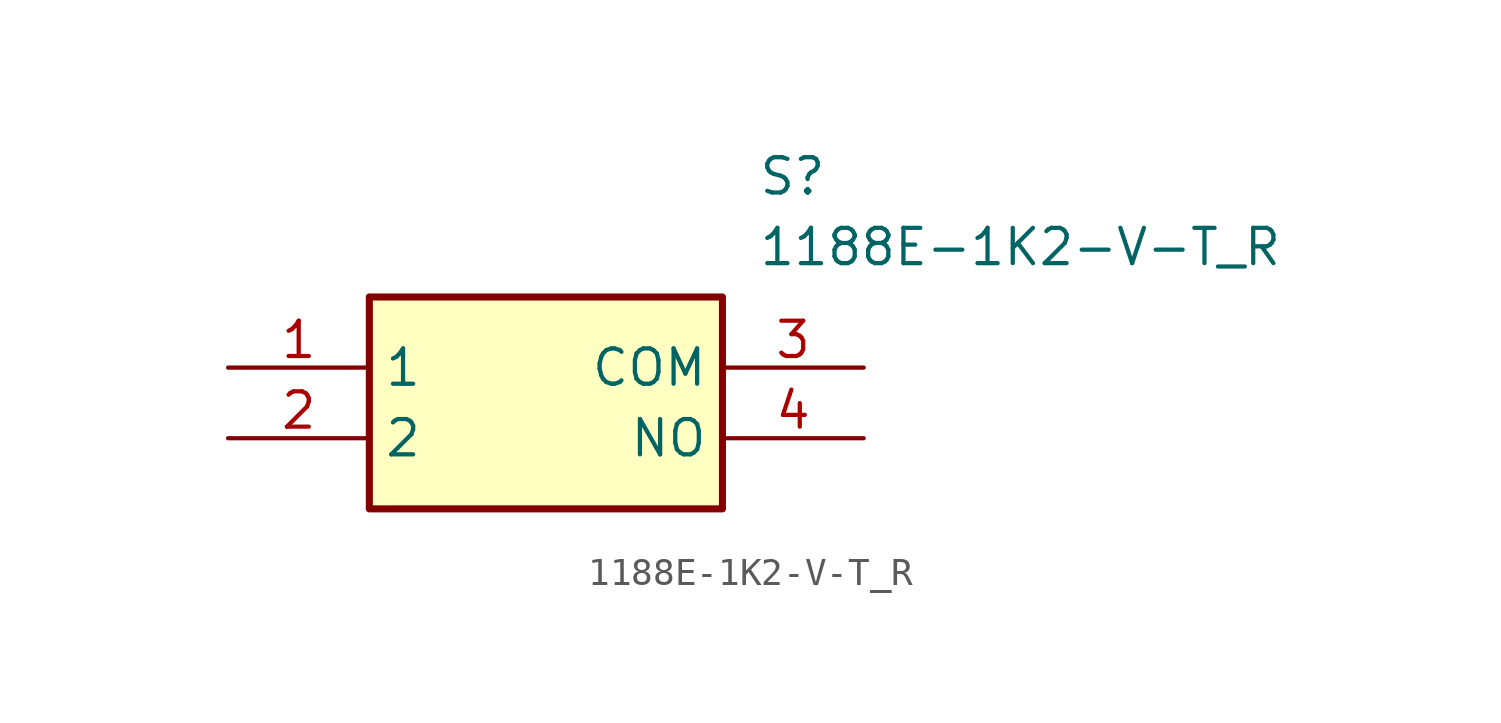
<source format=kicad_sym>
(kicad_symbol_lib
  (version 20211014)
  (generator SamacSys_ECAD_Model)
  (symbol "1188E-1K2-V-T_R"
    (property "Reference" "S"
      (at 19.05 7.62 0)
      (effects (font (size 1.27 1.27)) (justify left top)))
    (property "Value" "1188E-1K2-V-T_R"
      (at 19.05 5.08 0)
      (effects (font (size 1.27 1.27)) (justify left top)))
    (rectangle
      (start 5.08 2.54)
      (end 17.78 -5.08)
      (stroke (width 0.254) (type default))
      (fill (type background)))
    (pin passive line
      (at 0 0 0)
      (length 5.08)
      (name "1" (effects (font (size 1.27 1.27))))
      (number "1" (effects (font (size 1.27 1.27)))))
    (pin passive line
      (at 0 -2.54 0)
      (length 5.08)
      (name "2" (effects (font (size 1.27 1.27))))
      (number "2" (effects (font (size 1.27 1.27)))))
    (pin passive line
      (at 22.86 0 180)
      (length 5.08)
      (name "COM" (effects (font (size 1.27 1.27))))
      (number "3" (effects (font (size 1.27 1.27)))))
    (pin passive line
      (at 22.86 -2.54 180)
      (length 5.08)
      (name "NO" (effects (font (size 1.27 1.27))))
      (number "4" (effects (font (size 1.27 1.27)))))))
</source>
